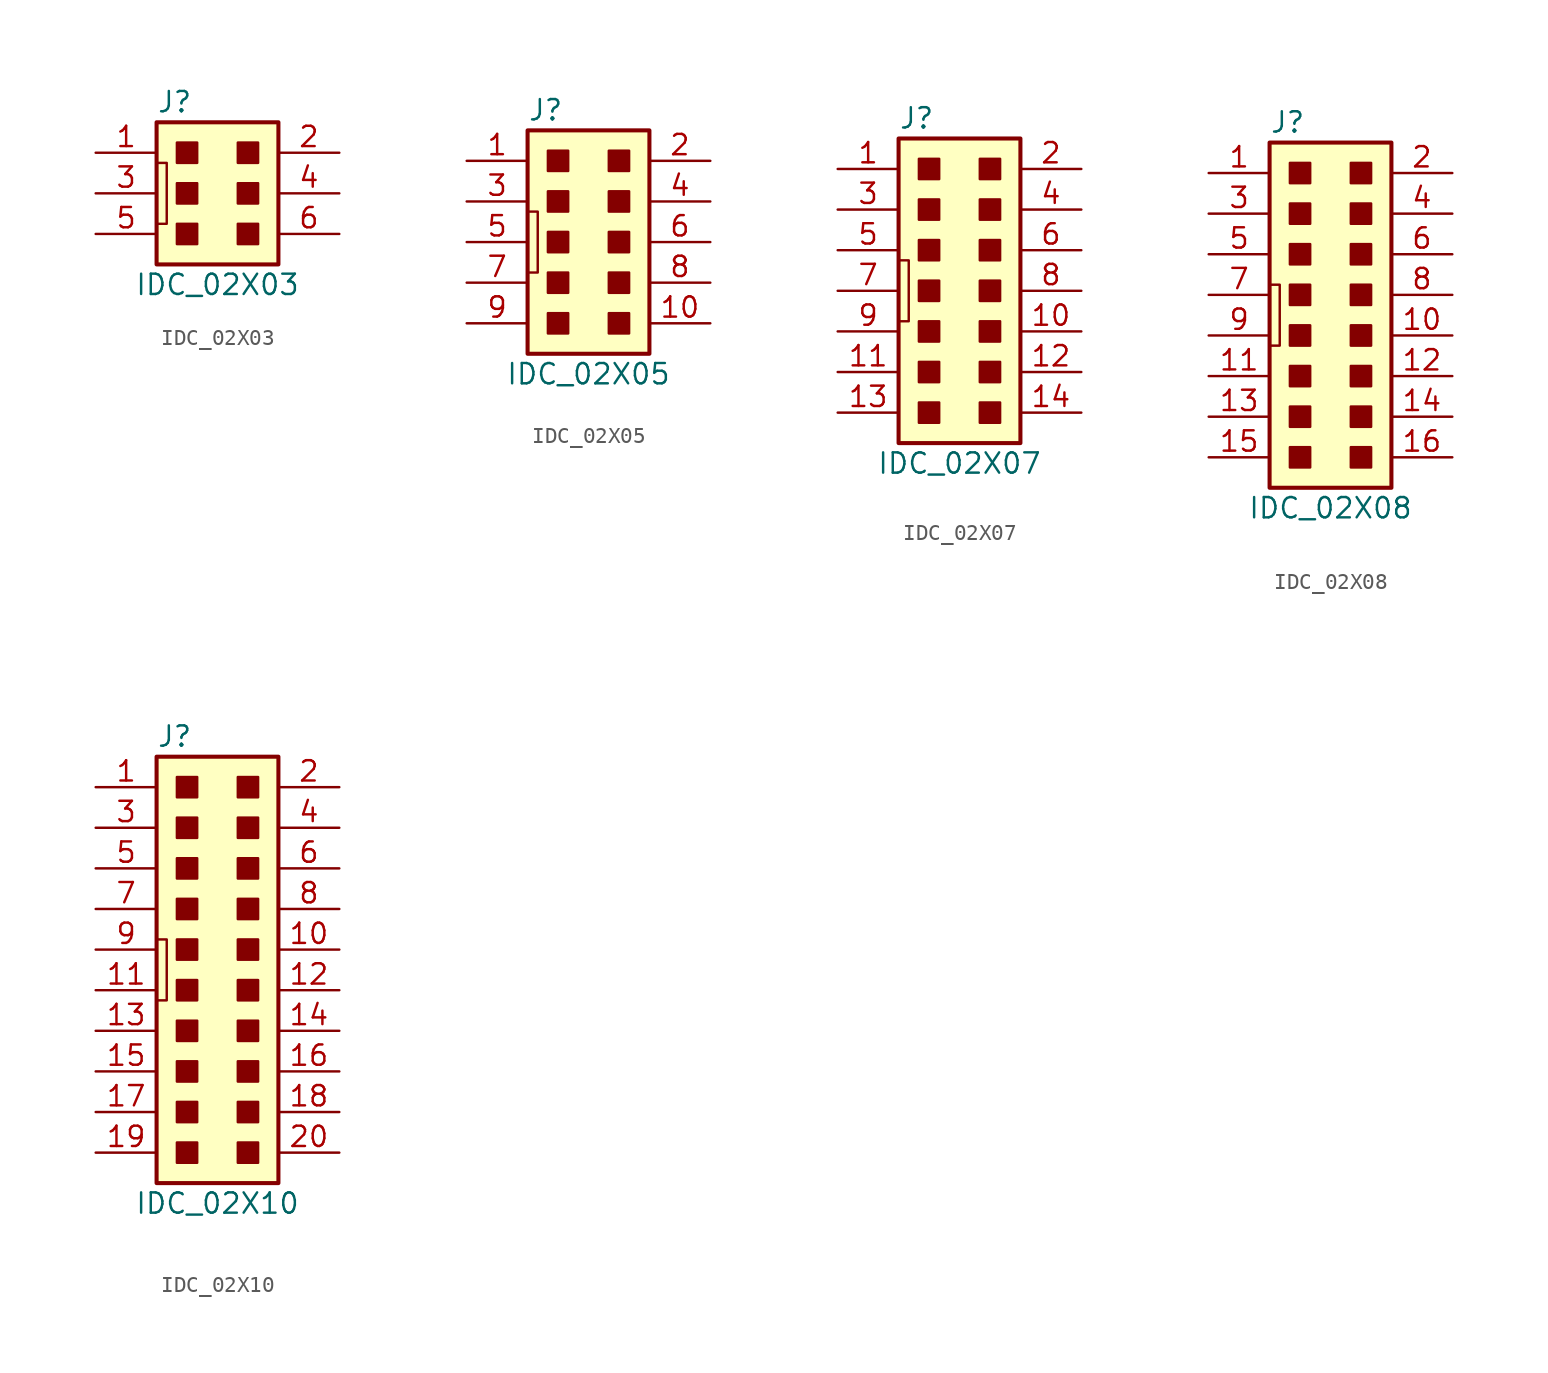
<source format=kicad_sym>
(kicad_symbol_lib
  (version 20201005)
  (generator kicad_symbol_editor)
  (symbol "KLIB_Connector_IDC:IDC_02X03"
    (pin_names
      (offset 1.27) hide)
    (property "Reference" "J"
      (at -3.81 5.715 0)
      (effects (font (size 1.27 1.27)) (justify left)))
    (property "Value" "IDC_02X03"
      (at 0 -5.715 0)
      (effects (font (size 1.27 1.27))))
    (symbol "IDC_02X03_0_1"
      (rectangle (start -3.81 4.445) (end 3.81 -4.445) (stroke (width 0.254)) (fill (type background)))
      (rectangle (start -2.54 -1.905) (end -1.27 -3.175) (stroke (width 0)) (fill (type outline)))
      (rectangle (start -2.54 0.635) (end -1.27 -0.635) (stroke (width 0)) (fill (type outline)))
      (rectangle (start -2.54 3.175) (end -1.27 1.905) (stroke (width 0)) (fill (type outline)))
      (rectangle (start 1.27 -1.905) (end 2.54 -3.175) (stroke (width 0)) (fill (type outline)))
      (rectangle (start 1.27 0.635) (end 2.54 -0.635) (stroke (width 0)) (fill (type outline)))
      (rectangle (start 1.27 3.175) (end 2.54 1.905) (stroke (width 0)) (fill (type outline)))
      (polyline (pts (xy -3.81 -1.905) (xy -3.175 -1.905) (xy -3.175 1.905) (xy -3.81 1.905)) (stroke (width 0)) (fill (type none))))
    (symbol "IDC_02X03_1_1"
      (pin passive line (at -7.62 2.54 0) (length 3.81) (name "~" (effects (font (size 1.27 1.27)))) (number "1" (effects (font (size 1.27 1.27)))))
      (pin passive line (at 7.62 2.54 180) (length 3.81) (name "~" (effects (font (size 1.27 1.27)))) (number "2" (effects (font (size 1.27 1.27)))))
      (pin passive line (at -7.62 0 0) (length 3.81) (name "~" (effects (font (size 1.27 1.27)))) (number "3" (effects (font (size 1.27 1.27)))))
      (pin passive line (at 7.62 0 180) (length 3.81) (name "~" (effects (font (size 1.27 1.27)))) (number "4" (effects (font (size 1.27 1.27)))))
      (pin passive line (at -7.62 -2.54 0) (length 3.81) (name "~" (effects (font (size 1.27 1.27)))) (number "5" (effects (font (size 1.27 1.27)))))
      (pin passive line (at 7.62 -2.54 180) (length 3.81) (name "~" (effects (font (size 1.27 1.27)))) (number "6" (effects (font (size 1.27 1.27)))))))
  (symbol "KLIB_Connector_IDC:IDC_02X05"
    (pin_names
      (offset 1.27) hide)
    (property "Reference" "J"
      (at -3.81 8.255 0)
      (effects (font (size 1.27 1.27)) (justify left)))
    (property "Value" "IDC_02X05"
      (at 0 -8.255 0)
      (effects (font (size 1.27 1.27))))
    (symbol "IDC_02X05_0_1"
      (rectangle (start -3.81 6.985) (end 3.81 -6.985) (stroke (width 0.254)) (fill (type background)))
      (rectangle (start -2.54 -4.445) (end -1.27 -5.715) (stroke (width 0)) (fill (type outline)))
      (rectangle (start -2.54 -1.905) (end -1.27 -3.175) (stroke (width 0)) (fill (type outline)))
      (rectangle (start -2.54 0.635) (end -1.27 -0.635) (stroke (width 0)) (fill (type outline)))
      (rectangle (start -2.54 3.175) (end -1.27 1.905) (stroke (width 0)) (fill (type outline)))
      (rectangle (start -2.54 5.715) (end -1.27 4.445) (stroke (width 0)) (fill (type outline)))
      (rectangle (start 1.27 -4.445) (end 2.54 -5.715) (stroke (width 0)) (fill (type outline)))
      (rectangle (start 1.27 -1.905) (end 2.54 -3.175) (stroke (width 0)) (fill (type outline)))
      (rectangle (start 1.27 0.635) (end 2.54 -0.635) (stroke (width 0)) (fill (type outline)))
      (rectangle (start 1.27 3.175) (end 2.54 1.905) (stroke (width 0)) (fill (type outline)))
      (rectangle (start 1.27 5.715) (end 2.54 4.445) (stroke (width 0)) (fill (type outline)))
      (polyline (pts (xy -3.81 -1.905) (xy -3.175 -1.905) (xy -3.175 1.905) (xy -3.81 1.905)) (stroke (width 0)) (fill (type none))))
    (symbol "IDC_02X05_1_1"
      (pin passive line (at -7.62 5.08 0) (length 3.81) (name "~" (effects (font (size 1.27 1.27)))) (number "1" (effects (font (size 1.27 1.27)))))
      (pin passive line (at 7.62 -5.08 180) (length 3.81) (name "~" (effects (font (size 1.27 1.27)))) (number "10" (effects (font (size 1.27 1.27)))))
      (pin passive line (at 7.62 5.08 180) (length 3.81) (name "~" (effects (font (size 1.27 1.27)))) (number "2" (effects (font (size 1.27 1.27)))))
      (pin passive line (at -7.62 2.54 0) (length 3.81) (name "~" (effects (font (size 1.27 1.27)))) (number "3" (effects (font (size 1.27 1.27)))))
      (pin passive line (at 7.62 2.54 180) (length 3.81) (name "~" (effects (font (size 1.27 1.27)))) (number "4" (effects (font (size 1.27 1.27)))))
      (pin passive line (at -7.62 0 0) (length 3.81) (name "~" (effects (font (size 1.27 1.27)))) (number "5" (effects (font (size 1.27 1.27)))))
      (pin passive line (at 7.62 0 180) (length 3.81) (name "~" (effects (font (size 1.27 1.27)))) (number "6" (effects (font (size 1.27 1.27)))))
      (pin passive line (at -7.62 -2.54 0) (length 3.81) (name "~" (effects (font (size 1.27 1.27)))) (number "7" (effects (font (size 1.27 1.27)))))
      (pin passive line (at 7.62 -2.54 180) (length 3.81) (name "~" (effects (font (size 1.27 1.27)))) (number "8" (effects (font (size 1.27 1.27)))))
      (pin passive line (at -7.62 -5.08 0) (length 3.81) (name "~" (effects (font (size 1.27 1.27)))) (number "9" (effects (font (size 1.27 1.27)))))))
  (symbol "KLIB_Connector_IDC:IDC_02X07"
    (pin_names
      (offset 1.27) hide)
    (property "Reference" "J"
      (at -3.81 10.795 0)
      (effects (font (size 1.27 1.27)) (justify left)))
    (property "Value" "IDC_02X07"
      (at 0 -10.795 0)
      (effects (font (size 1.27 1.27))))
    (symbol "IDC_02X07_0_1"
      (rectangle (start -3.81 9.525) (end 3.81 -9.525) (stroke (width 0.254)) (fill (type background)))
      (rectangle (start -2.54 -6.985) (end -1.27 -8.255) (stroke (width 0)) (fill (type outline)))
      (rectangle (start -2.54 -4.445) (end -1.27 -5.715) (stroke (width 0)) (fill (type outline)))
      (rectangle (start -2.54 -1.905) (end -1.27 -3.175) (stroke (width 0)) (fill (type outline)))
      (rectangle (start -2.54 0.635) (end -1.27 -0.635) (stroke (width 0)) (fill (type outline)))
      (rectangle (start -2.54 3.175) (end -1.27 1.905) (stroke (width 0)) (fill (type outline)))
      (rectangle (start -2.54 5.715) (end -1.27 4.445) (stroke (width 0)) (fill (type outline)))
      (rectangle (start -2.54 8.255) (end -1.27 6.985) (stroke (width 0)) (fill (type outline)))
      (rectangle (start 1.27 -6.985) (end 2.54 -8.255) (stroke (width 0)) (fill (type outline)))
      (rectangle (start 1.27 -4.445) (end 2.54 -5.715) (stroke (width 0)) (fill (type outline)))
      (rectangle (start 1.27 -1.905) (end 2.54 -3.175) (stroke (width 0)) (fill (type outline)))
      (rectangle (start 1.27 0.635) (end 2.54 -0.635) (stroke (width 0)) (fill (type outline)))
      (rectangle (start 1.27 3.175) (end 2.54 1.905) (stroke (width 0)) (fill (type outline)))
      (rectangle (start 1.27 5.715) (end 2.54 4.445) (stroke (width 0)) (fill (type outline)))
      (rectangle (start 1.27 8.255) (end 2.54 6.985) (stroke (width 0)) (fill (type outline)))
      (polyline (pts (xy -3.81 -1.905) (xy -3.175 -1.905) (xy -3.175 1.905) (xy -3.81 1.905)) (stroke (width 0)) (fill (type none))))
    (symbol "IDC_02X07_1_1"
      (pin passive line (at -7.62 7.62 0) (length 3.81) (name "~" (effects (font (size 1.27 1.27)))) (number "1" (effects (font (size 1.27 1.27)))))
      (pin passive line (at 7.62 -2.54 180) (length 3.81) (name "~" (effects (font (size 1.27 1.27)))) (number "10" (effects (font (size 1.27 1.27)))))
      (pin passive line (at -7.62 -5.08 0) (length 3.81) (name "~" (effects (font (size 1.27 1.27)))) (number "11" (effects (font (size 1.27 1.27)))))
      (pin passive line (at 7.62 -5.08 180) (length 3.81) (name "~" (effects (font (size 1.27 1.27)))) (number "12" (effects (font (size 1.27 1.27)))))
      (pin passive line (at -7.62 -7.62 0) (length 3.81) (name "~" (effects (font (size 1.27 1.27)))) (number "13" (effects (font (size 1.27 1.27)))))
      (pin passive line (at 7.62 -7.62 180) (length 3.81) (name "~" (effects (font (size 1.27 1.27)))) (number "14" (effects (font (size 1.27 1.27)))))
      (pin passive line (at 7.62 7.62 180) (length 3.81) (name "~" (effects (font (size 1.27 1.27)))) (number "2" (effects (font (size 1.27 1.27)))))
      (pin passive line (at -7.62 5.08 0) (length 3.81) (name "~" (effects (font (size 1.27 1.27)))) (number "3" (effects (font (size 1.27 1.27)))))
      (pin passive line (at 7.62 5.08 180) (length 3.81) (name "~" (effects (font (size 1.27 1.27)))) (number "4" (effects (font (size 1.27 1.27)))))
      (pin passive line (at -7.62 2.54 0) (length 3.81) (name "~" (effects (font (size 1.27 1.27)))) (number "5" (effects (font (size 1.27 1.27)))))
      (pin passive line (at 7.62 2.54 180) (length 3.81) (name "~" (effects (font (size 1.27 1.27)))) (number "6" (effects (font (size 1.27 1.27)))))
      (pin passive line (at -7.62 0 0) (length 3.81) (name "~" (effects (font (size 1.27 1.27)))) (number "7" (effects (font (size 1.27 1.27)))))
      (pin passive line (at 7.62 0 180) (length 3.81) (name "~" (effects (font (size 1.27 1.27)))) (number "8" (effects (font (size 1.27 1.27)))))
      (pin passive line (at -7.62 -2.54 0) (length 3.81) (name "~" (effects (font (size 1.27 1.27)))) (number "9" (effects (font (size 1.27 1.27)))))))
  (symbol "KLIB_Connector_IDC:IDC_02X08"
    (pin_names
      (offset 1.27) hide)
    (property "Reference" "J"
      (at -3.81 10.795 0)
      (effects (font (size 1.27 1.27)) (justify left)))
    (property "Value" "IDC_02X08"
      (at 0 -13.335 0)
      (effects (font (size 1.27 1.27))))
    (symbol "IDC_02X08_0_1"
      (rectangle (start -3.81 9.525) (end 3.81 -12.065) (stroke (width 0.254)) (fill (type background)))
      (rectangle (start -2.54 -9.525) (end -1.27 -10.795) (stroke (width 0)) (fill (type outline)))
      (rectangle (start -2.54 -6.985) (end -1.27 -8.255) (stroke (width 0)) (fill (type outline)))
      (rectangle (start -2.54 -4.445) (end -1.27 -5.715) (stroke (width 0)) (fill (type outline)))
      (rectangle (start -2.54 -1.905) (end -1.27 -3.175) (stroke (width 0)) (fill (type outline)))
      (rectangle (start -2.54 0.635) (end -1.27 -0.635) (stroke (width 0)) (fill (type outline)))
      (rectangle (start -2.54 3.175) (end -1.27 1.905) (stroke (width 0)) (fill (type outline)))
      (rectangle (start -2.54 5.715) (end -1.27 4.445) (stroke (width 0)) (fill (type outline)))
      (rectangle (start -2.54 8.255) (end -1.27 6.985) (stroke (width 0)) (fill (type outline)))
      (rectangle (start 1.27 -9.525) (end 2.54 -10.795) (stroke (width 0)) (fill (type outline)))
      (rectangle (start 1.27 -6.985) (end 2.54 -8.255) (stroke (width 0)) (fill (type outline)))
      (rectangle (start 1.27 -4.445) (end 2.54 -5.715) (stroke (width 0)) (fill (type outline)))
      (rectangle (start 1.27 -1.905) (end 2.54 -3.175) (stroke (width 0)) (fill (type outline)))
      (rectangle (start 1.27 0.635) (end 2.54 -0.635) (stroke (width 0)) (fill (type outline)))
      (rectangle (start 1.27 3.175) (end 2.54 1.905) (stroke (width 0)) (fill (type outline)))
      (rectangle (start 1.27 5.715) (end 2.54 4.445) (stroke (width 0)) (fill (type outline)))
      (rectangle (start 1.27 8.255) (end 2.54 6.985) (stroke (width 0)) (fill (type outline)))
      (polyline (pts (xy -3.81 -3.175) (xy -3.175 -3.175) (xy -3.175 0.635) (xy -3.81 0.635)) (stroke (width 0)) (fill (type none))))
    (symbol "IDC_02X08_1_1"
      (pin passive line (at -7.62 7.62 0) (length 3.81) (name "~" (effects (font (size 1.27 1.27)))) (number "1" (effects (font (size 1.27 1.27)))))
      (pin passive line (at 7.62 -2.54 180) (length 3.81) (name "~" (effects (font (size 1.27 1.27)))) (number "10" (effects (font (size 1.27 1.27)))))
      (pin passive line (at -7.62 -5.08 0) (length 3.81) (name "~" (effects (font (size 1.27 1.27)))) (number "11" (effects (font (size 1.27 1.27)))))
      (pin passive line (at 7.62 -5.08 180) (length 3.81) (name "~" (effects (font (size 1.27 1.27)))) (number "12" (effects (font (size 1.27 1.27)))))
      (pin passive line (at -7.62 -7.62 0) (length 3.81) (name "~" (effects (font (size 1.27 1.27)))) (number "13" (effects (font (size 1.27 1.27)))))
      (pin passive line (at 7.62 -7.62 180) (length 3.81) (name "~" (effects (font (size 1.27 1.27)))) (number "14" (effects (font (size 1.27 1.27)))))
      (pin passive line (at -7.62 -10.16 0) (length 3.81) (name "~" (effects (font (size 1.27 1.27)))) (number "15" (effects (font (size 1.27 1.27)))))
      (pin passive line (at 7.62 -10.16 180) (length 3.81) (name "~" (effects (font (size 1.27 1.27)))) (number "16" (effects (font (size 1.27 1.27)))))
      (pin passive line (at 7.62 7.62 180) (length 3.81) (name "~" (effects (font (size 1.27 1.27)))) (number "2" (effects (font (size 1.27 1.27)))))
      (pin passive line (at -7.62 5.08 0) (length 3.81) (name "~" (effects (font (size 1.27 1.27)))) (number "3" (effects (font (size 1.27 1.27)))))
      (pin passive line (at 7.62 5.08 180) (length 3.81) (name "~" (effects (font (size 1.27 1.27)))) (number "4" (effects (font (size 1.27 1.27)))))
      (pin passive line (at -7.62 2.54 0) (length 3.81) (name "~" (effects (font (size 1.27 1.27)))) (number "5" (effects (font (size 1.27 1.27)))))
      (pin passive line (at 7.62 2.54 180) (length 3.81) (name "~" (effects (font (size 1.27 1.27)))) (number "6" (effects (font (size 1.27 1.27)))))
      (pin passive line (at -7.62 0 0) (length 3.81) (name "~" (effects (font (size 1.27 1.27)))) (number "7" (effects (font (size 1.27 1.27)))))
      (pin passive line (at 7.62 0 180) (length 3.81) (name "~" (effects (font (size 1.27 1.27)))) (number "8" (effects (font (size 1.27 1.27)))))
      (pin passive line (at -7.62 -2.54 0) (length 3.81) (name "~" (effects (font (size 1.27 1.27)))) (number "9" (effects (font (size 1.27 1.27)))))))
  (symbol "KLIB_Connector_IDC:IDC_02X10"
    (pin_names
      (offset 1.27) hide)
    (property "Reference" "J"
      (at -3.81 13.335 0)
      (effects (font (size 1.27 1.27)) (justify left)))
    (property "Value" "IDC_02X10"
      (at 0 -15.875 0)
      (effects (font (size 1.27 1.27))))
    (symbol "IDC_02X10_0_1"
      (rectangle (start -3.81 12.065) (end 3.81 -14.605) (stroke (width 0.254)) (fill (type background)))
      (rectangle (start -2.54 -12.065) (end -1.27 -13.335) (stroke (width 0)) (fill (type outline)))
      (rectangle (start -2.54 -9.525) (end -1.27 -10.795) (stroke (width 0)) (fill (type outline)))
      (rectangle (start -2.54 -6.985) (end -1.27 -8.255) (stroke (width 0)) (fill (type outline)))
      (rectangle (start -2.54 -4.445) (end -1.27 -5.715) (stroke (width 0)) (fill (type outline)))
      (rectangle (start -2.54 -1.905) (end -1.27 -3.175) (stroke (width 0)) (fill (type outline)))
      (rectangle (start -2.54 0.635) (end -1.27 -0.635) (stroke (width 0)) (fill (type outline)))
      (rectangle (start -2.54 3.175) (end -1.27 1.905) (stroke (width 0)) (fill (type outline)))
      (rectangle (start -2.54 5.715) (end -1.27 4.445) (stroke (width 0)) (fill (type outline)))
      (rectangle (start -2.54 8.255) (end -1.27 6.985) (stroke (width 0)) (fill (type outline)))
      (rectangle (start -2.54 10.795) (end -1.27 9.525) (stroke (width 0)) (fill (type outline)))
      (rectangle (start 1.27 -12.065) (end 2.54 -13.335) (stroke (width 0)) (fill (type outline)))
      (rectangle (start 1.27 -9.525) (end 2.54 -10.795) (stroke (width 0)) (fill (type outline)))
      (rectangle (start 1.27 -6.985) (end 2.54 -8.255) (stroke (width 0)) (fill (type outline)))
      (rectangle (start 1.27 -4.445) (end 2.54 -5.715) (stroke (width 0)) (fill (type outline)))
      (rectangle (start 1.27 -1.905) (end 2.54 -3.175) (stroke (width 0)) (fill (type outline)))
      (rectangle (start 1.27 0.635) (end 2.54 -0.635) (stroke (width 0)) (fill (type outline)))
      (rectangle (start 1.27 3.175) (end 2.54 1.905) (stroke (width 0)) (fill (type outline)))
      (rectangle (start 1.27 5.715) (end 2.54 4.445) (stroke (width 0)) (fill (type outline)))
      (rectangle (start 1.27 8.255) (end 2.54 6.985) (stroke (width 0)) (fill (type outline)))
      (rectangle (start 1.27 10.795) (end 2.54 9.525) (stroke (width 0)) (fill (type outline)))
      (polyline (pts (xy -3.81 -3.175) (xy -3.175 -3.175) (xy -3.175 0.635) (xy -3.81 0.635)) (stroke (width 0)) (fill (type none))))
    (symbol "IDC_02X10_1_1"
      (pin passive line (at -7.62 10.16 0) (length 3.81) (name "~" (effects (font (size 1.27 1.27)))) (number "1" (effects (font (size 1.27 1.27)))))
      (pin passive line (at 7.62 0 180) (length 3.81) (name "~" (effects (font (size 1.27 1.27)))) (number "10" (effects (font (size 1.27 1.27)))))
      (pin passive line (at -7.62 -2.54 0) (length 3.81) (name "~" (effects (font (size 1.27 1.27)))) (number "11" (effects (font (size 1.27 1.27)))))
      (pin passive line (at 7.62 -2.54 180) (length 3.81) (name "~" (effects (font (size 1.27 1.27)))) (number "12" (effects (font (size 1.27 1.27)))))
      (pin passive line (at -7.62 -5.08 0) (length 3.81) (name "~" (effects (font (size 1.27 1.27)))) (number "13" (effects (font (size 1.27 1.27)))))
      (pin passive line (at 7.62 -5.08 180) (length 3.81) (name "~" (effects (font (size 1.27 1.27)))) (number "14" (effects (font (size 1.27 1.27)))))
      (pin passive line (at -7.62 -7.62 0) (length 3.81) (name "~" (effects (font (size 1.27 1.27)))) (number "15" (effects (font (size 1.27 1.27)))))
      (pin passive line (at 7.62 -7.62 180) (length 3.81) (name "~" (effects (font (size 1.27 1.27)))) (number "16" (effects (font (size 1.27 1.27)))))
      (pin passive line (at -7.62 -10.16 0) (length 3.81) (name "~" (effects (font (size 1.27 1.27)))) (number "17" (effects (font (size 1.27 1.27)))))
      (pin passive line (at 7.62 -10.16 180) (length 3.81) (name "~" (effects (font (size 1.27 1.27)))) (number "18" (effects (font (size 1.27 1.27)))))
      (pin passive line (at -7.62 -12.7 0) (length 3.81) (name "~" (effects (font (size 1.27 1.27)))) (number "19" (effects (font (size 1.27 1.27)))))
      (pin passive line (at 7.62 10.16 180) (length 3.81) (name "~" (effects (font (size 1.27 1.27)))) (number "2" (effects (font (size 1.27 1.27)))))
      (pin passive line (at 7.62 -12.7 180) (length 3.81) (name "~" (effects (font (size 1.27 1.27)))) (number "20" (effects (font (size 1.27 1.27)))))
      (pin passive line (at -7.62 7.62 0) (length 3.81) (name "~" (effects (font (size 1.27 1.27)))) (number "3" (effects (font (size 1.27 1.27)))))
      (pin passive line (at 7.62 7.62 180) (length 3.81) (name "~" (effects (font (size 1.27 1.27)))) (number "4" (effects (font (size 1.27 1.27)))))
      (pin passive line (at -7.62 5.08 0) (length 3.81) (name "~" (effects (font (size 1.27 1.27)))) (number "5" (effects (font (size 1.27 1.27)))))
      (pin passive line (at 7.62 5.08 180) (length 3.81) (name "~" (effects (font (size 1.27 1.27)))) (number "6" (effects (font (size 1.27 1.27)))))
      (pin passive line (at -7.62 2.54 0) (length 3.81) (name "~" (effects (font (size 1.27 1.27)))) (number "7" (effects (font (size 1.27 1.27)))))
      (pin passive line (at 7.62 2.54 180) (length 3.81) (name "~" (effects (font (size 1.27 1.27)))) (number "8" (effects (font (size 1.27 1.27)))))
      (pin passive line (at -7.62 0 0) (length 3.81) (name "~" (effects (font (size 1.27 1.27)))) (number "9" (effects (font (size 1.27 1.27))))))))
</source>
